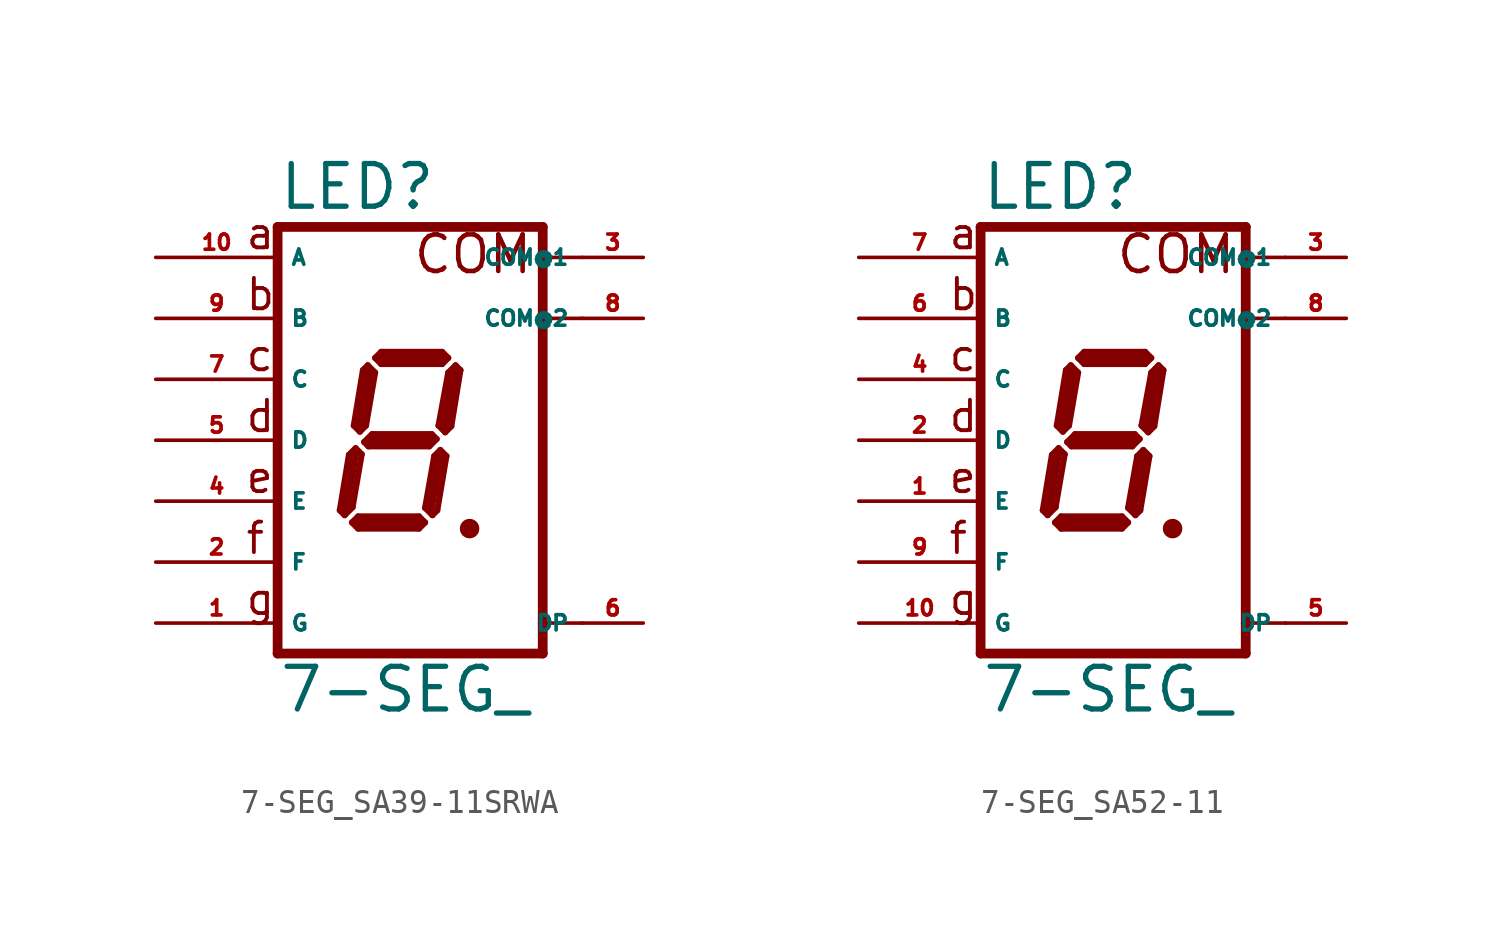
<source format=kicad_sym>
(kicad_symbol_lib
  (version 20220914)
  (generator Eagle2Kicad)
  (symbol "7-SEG_SA39-11SRWA"
    (property "Reference" "LED"
      (at -5.08 9.525 0)
      (effects (font (size 1.778 1.778) (thickness 0.22)) (justify left bottom)))
    (property "Value" "7-SEG_"
      (at -5.08 -11.43 0)
      (effects (font (size 1.778 1.778) (thickness 0.22)) (justify left bottom)))
    (polyline
      (pts (xy 2.794 -3.683) (xy 3.048 -3.683))
      (stroke (width 0.305) (type default))
      (fill (type none)))
    (polyline
      (pts (xy 2.337 3.124) (xy 2.032 2.819))
      (stroke (width 0.254) (type default))
      (fill (type none)))
    (polyline
      (pts (xy 2.032 2.819) (xy 1.626 0.61))
      (stroke (width 0.254) (type default))
      (fill (type none)))
    (polyline
      (pts (xy 1.626 0.61) (xy 1.905 0.33))
      (stroke (width 0.254) (type default))
      (fill (type none)))
    (polyline
      (pts (xy 1.905 0.33) (xy 2.159 0.584))
      (stroke (width 0.254) (type default))
      (fill (type none)))
    (polyline
      (pts (xy 2.159 0.584) (xy 2.54 2.921))
      (stroke (width 0.254) (type default))
      (fill (type none)))
    (polyline
      (pts (xy 2.54 2.921) (xy 2.337 3.124))
      (stroke (width 0.254) (type default))
      (fill (type none)))
    (polyline
      (pts (xy 2.032 3.429) (xy 1.778 3.175))
      (stroke (width 0.254) (type default))
      (fill (type none)))
    (polyline
      (pts (xy 1.778 3.175) (xy -0.762 3.175))
      (stroke (width 0.254) (type default))
      (fill (type none)))
    (polyline
      (pts (xy -0.762 3.175) (xy -1.016 3.429))
      (stroke (width 0.254) (type default))
      (fill (type none)))
    (polyline
      (pts (xy -1.016 3.429) (xy -0.762 3.683))
      (stroke (width 0.254) (type default))
      (fill (type none)))
    (polyline
      (pts (xy -0.762 3.683) (xy 1.778 3.683))
      (stroke (width 0.254) (type default))
      (fill (type none)))
    (polyline
      (pts (xy 1.778 3.683) (xy 2.032 3.429))
      (stroke (width 0.254) (type default))
      (fill (type none)))
    (polyline
      (pts (xy -1.321 3.124) (xy -1.016 2.819))
      (stroke (width 0.254) (type default))
      (fill (type none)))
    (polyline
      (pts (xy -1.016 2.819) (xy -1.397 0.61))
      (stroke (width 0.254) (type default))
      (fill (type none)))
    (polyline
      (pts (xy -1.397 0.61) (xy -1.651 0.356))
      (stroke (width 0.254) (type default))
      (fill (type none)))
    (polyline
      (pts (xy -1.651 0.356) (xy -1.905 0.61))
      (stroke (width 0.254) (type default))
      (fill (type none)))
    (polyline
      (pts (xy -1.905 0.61) (xy -1.524 2.921))
      (stroke (width 0.254) (type default))
      (fill (type none)))
    (polyline
      (pts (xy -1.524 2.921) (xy -1.321 3.124))
      (stroke (width 0.254) (type default))
      (fill (type none)))
    (polyline
      (pts (xy -1.473 -0.076) (xy -1.143 0.254))
      (stroke (width 0.254) (type default))
      (fill (type none)))
    (polyline
      (pts (xy -1.143 0.254) (xy 1.346 0.254))
      (stroke (width 0.254) (type default))
      (fill (type none)))
    (polyline
      (pts (xy 1.346 0.254) (xy 1.549 0.051))
      (stroke (width 0.254) (type default))
      (fill (type none)))
    (polyline
      (pts (xy 1.549 0.051) (xy 1.245 -0.254))
      (stroke (width 0.254) (type default))
      (fill (type none)))
    (polyline
      (pts (xy 1.245 -0.254) (xy -1.295 -0.254))
      (stroke (width 0.254) (type default))
      (fill (type none)))
    (polyline
      (pts (xy -1.295 -0.254) (xy -1.473 -0.076))
      (stroke (width 0.254) (type default))
      (fill (type none)))
    (polyline
      (pts (xy -1.829 -0.33) (xy -1.575 -0.584))
      (stroke (width 0.254) (type default))
      (fill (type none)))
    (polyline
      (pts (xy -2.286 -3.124) (xy -1.956 -2.794))
      (stroke (width 0.254) (type default))
      (fill (type none)))
    (polyline
      (pts (xy -1.956 -2.794) (xy -1.575 -0.584))
      (stroke (width 0.254) (type default))
      (fill (type none)))
    (polyline
      (pts (xy -1.829 -0.33) (xy -2.108 -0.61))
      (stroke (width 0.254) (type default))
      (fill (type none)))
    (polyline
      (pts (xy -2.108 -0.61) (xy -2.489 -2.921))
      (stroke (width 0.254) (type default))
      (fill (type none)))
    (polyline
      (pts (xy -2.489 -2.921) (xy -2.286 -3.124))
      (stroke (width 0.254) (type default))
      (fill (type none)))
    (polyline
      (pts (xy -1.981 -3.429) (xy -1.727 -3.175))
      (stroke (width 0.254) (type default))
      (fill (type none)))
    (polyline
      (pts (xy -1.727 -3.175) (xy 0.813 -3.175))
      (stroke (width 0.254) (type default))
      (fill (type none)))
    (polyline
      (pts (xy 0.813 -3.175) (xy 1.067 -3.429))
      (stroke (width 0.254) (type default))
      (fill (type none)))
    (polyline
      (pts (xy 1.067 -3.429) (xy 0.813 -3.683))
      (stroke (width 0.254) (type default))
      (fill (type none)))
    (polyline
      (pts (xy 0.813 -3.683) (xy -1.727 -3.683))
      (stroke (width 0.254) (type default))
      (fill (type none)))
    (polyline
      (pts (xy -1.727 -3.683) (xy -1.981 -3.429))
      (stroke (width 0.254) (type default))
      (fill (type none)))
    (polyline
      (pts (xy 1.702 -0.406) (xy 1.448 -0.66))
      (stroke (width 0.254) (type default))
      (fill (type none)))
    (polyline
      (pts (xy 1.448 -0.66) (xy 1.067 -2.819))
      (stroke (width 0.254) (type default))
      (fill (type none)))
    (polyline
      (pts (xy 1.067 -2.819) (xy 1.372 -3.124))
      (stroke (width 0.254) (type default))
      (fill (type none)))
    (polyline
      (pts (xy 1.372 -3.124) (xy 1.575 -2.921))
      (stroke (width 0.254) (type default))
      (fill (type none)))
    (polyline
      (pts (xy 1.575 -2.921) (xy 1.956 -0.66))
      (stroke (width 0.254) (type default))
      (fill (type none)))
    (polyline
      (pts (xy 1.956 -0.66) (xy 1.702 -0.406))
      (stroke (width 0.254) (type default))
      (fill (type none)))
    (polyline
      (pts (xy 2.286 2.794) (xy 1.905 0.635))
      (stroke (width 0.406) (type default))
      (fill (type none)))
    (polyline
      (pts (xy 1.778 3.429) (xy -0.762 3.429))
      (stroke (width 0.406) (type default))
      (fill (type none)))
    (polyline
      (pts (xy -1.27 2.794) (xy -1.651 0.635))
      (stroke (width 0.406) (type default))
      (fill (type none)))
    (polyline
      (pts (xy -1.27 0) (xy 1.27 0))
      (stroke (width 0.406) (type default))
      (fill (type none)))
    (polyline
      (pts (xy 1.651 -0.762) (xy 1.27 -2.794))
      (stroke (width 0.406) (type default))
      (fill (type none)))
    (polyline
      (pts (xy 0.762 -3.429) (xy -1.651 -3.429))
      (stroke (width 0.406) (type default))
      (fill (type none)))
    (polyline
      (pts (xy -2.286 -2.921) (xy -1.905 -0.635))
      (stroke (width 0.406) (type default))
      (fill (type none)))
    (polyline
      (pts (xy 5.969 8.89) (xy 5.969 7.62))
      (stroke (width 0.406) (type default))
      (fill (type none)))
    (polyline
      (pts (xy 5.969 7.62) (xy 5.969 5.08))
      (stroke (width 0.406) (type default))
      (fill (type none)))
    (polyline
      (pts (xy 5.969 5.08) (xy 5.969 -7.62))
      (stroke (width 0.406) (type default))
      (fill (type none)))
    (polyline
      (pts (xy 5.969 -7.62) (xy 5.969 -8.89))
      (stroke (width 0.406) (type default))
      (fill (type none)))
    (polyline
      (pts (xy -5.08 -8.89) (xy 5.969 -8.89))
      (stroke (width 0.406) (type default))
      (fill (type none)))
    (polyline
      (pts (xy -5.08 -8.89) (xy -5.08 8.89))
      (stroke (width 0.406) (type default))
      (fill (type none)))
    (polyline
      (pts (xy 5.969 8.89) (xy -5.08 8.89))
      (stroke (width 0.406) (type default))
      (fill (type none)))
    (polyline
      (pts (xy 7.62 7.62) (xy 5.969 7.62))
      (stroke (width 0.152) (type default))
      (fill (type none)))
    (polyline
      (pts (xy 7.62 5.08) (xy 5.969 5.08))
      (stroke (width 0.152) (type default))
      (fill (type none)))
    (polyline
      (pts (xy 7.62 -7.62) (xy 5.969 -7.62))
      (stroke (width 0.152) (type default))
      (fill (type none)))
    (text "a"
      (at -6.477 7.874 0)
      (effects (font (size 1.27 1.27) (thickness 0.16)) (justify left bottom)))
    (text "b"
      (at -6.477 5.334 0)
      (effects (font (size 1.27 1.27) (thickness 0.16)) (justify left bottom)))
    (text "c"
      (at -6.477 2.794 0)
      (effects (font (size 1.27 1.27) (thickness 0.16)) (justify left bottom)))
    (text "d"
      (at -6.477 0.254 0)
      (effects (font (size 1.27 1.27) (thickness 0.16)) (justify left bottom)))
    (text "e"
      (at -6.477 -2.286 0)
      (effects (font (size 1.27 1.27) (thickness 0.16)) (justify left bottom)))
    (text "f"
      (at -6.477 -4.826 0)
      (effects (font (size 1.27 1.27) (thickness 0.16)) (justify left bottom)))
    (text "g"
      (at -6.477 -7.366 0)
      (effects (font (size 1.27 1.27) (thickness 0.16)) (justify left bottom)))
    (text "COM"
      (at 0.508 6.858 0)
      (effects (font (size 1.524 1.524) (thickness 0.19)) (justify left bottom)))
    (circle
      (center 2.921 -3.683)
      (radius 0.254)
      (stroke (width 0.305) (type default))
      (fill (type none)))
    (pin passive line
      (at 10.16 -7.62 180)
      (length 2.54)
      (name "DP" (effects (font (size 0.635 0.635) (thickness 0.08)) (justify left bottom)))
      (number "6" (effects (font (size 0.635 0.635) (thickness 0.08)) (justify left bottom))))
    (pin passive line
      (at -10.16 -5.08 0)
      (length 5.08)
      (name "F" (effects (font (size 0.635 0.635) (thickness 0.08)) (justify left bottom)))
      (number "2" (effects (font (size 0.635 0.635) (thickness 0.08)) (justify left bottom))))
    (pin passive line
      (at -10.16 0 0)
      (length 5.08)
      (name "D" (effects (font (size 0.635 0.635) (thickness 0.08)) (justify left bottom)))
      (number "5" (effects (font (size 0.635 0.635) (thickness 0.08)) (justify left bottom))))
    (pin passive line
      (at -10.16 5.08 0)
      (length 5.08)
      (name "B" (effects (font (size 0.635 0.635) (thickness 0.08)) (justify left bottom)))
      (number "9" (effects (font (size 0.635 0.635) (thickness 0.08)) (justify left bottom))))
    (pin passive line
      (at -10.16 7.62 0)
      (length 5.08)
      (name "A" (effects (font (size 0.635 0.635) (thickness 0.08)) (justify left bottom)))
      (number "10" (effects (font (size 0.635 0.635) (thickness 0.08)) (justify left bottom))))
    (pin passive line
      (at 10.16 7.62 180)
      (length 2.54)
      (name "COM@1" (effects (font (size 0.635 0.635) (thickness 0.08)) (justify left bottom)))
      (number "3" (effects (font (size 0.635 0.635) (thickness 0.08)) (justify left bottom))))
    (pin passive line
      (at -10.16 2.54 0)
      (length 5.08)
      (name "C" (effects (font (size 0.635 0.635) (thickness 0.08)) (justify left bottom)))
      (number "7" (effects (font (size 0.635 0.635) (thickness 0.08)) (justify left bottom))))
    (pin passive line
      (at -10.16 -2.54 0)
      (length 5.08)
      (name "E" (effects (font (size 0.635 0.635) (thickness 0.08)) (justify left bottom)))
      (number "4" (effects (font (size 0.635 0.635) (thickness 0.08)) (justify left bottom))))
    (pin passive line
      (at -10.16 -7.62 0)
      (length 5.08)
      (name "G" (effects (font (size 0.635 0.635) (thickness 0.08)) (justify left bottom)))
      (number "1" (effects (font (size 0.635 0.635) (thickness 0.08)) (justify left bottom))))
    (pin passive line
      (at 10.16 5.08 180)
      (length 2.54)
      (name "COM@2" (effects (font (size 0.635 0.635) (thickness 0.08)) (justify left bottom)))
      (number "8" (effects (font (size 0.635 0.635) (thickness 0.08)) (justify left bottom)))))
  (symbol "7-SEG_SA52-11"
    (property "Reference" "LED"
      (at -5.08 9.525 0)
      (effects (font (size 1.778 1.778) (thickness 0.22)) (justify left bottom)))
    (property "Value" "7-SEG_"
      (at -5.08 -11.43 0)
      (effects (font (size 1.778 1.778) (thickness 0.22)) (justify left bottom)))
    (polyline
      (pts (xy 2.794 -3.683) (xy 3.048 -3.683))
      (stroke (width 0.305) (type default))
      (fill (type none)))
    (polyline
      (pts (xy 2.337 3.124) (xy 2.032 2.819))
      (stroke (width 0.254) (type default))
      (fill (type none)))
    (polyline
      (pts (xy 2.032 2.819) (xy 1.626 0.61))
      (stroke (width 0.254) (type default))
      (fill (type none)))
    (polyline
      (pts (xy 1.626 0.61) (xy 1.905 0.33))
      (stroke (width 0.254) (type default))
      (fill (type none)))
    (polyline
      (pts (xy 1.905 0.33) (xy 2.159 0.584))
      (stroke (width 0.254) (type default))
      (fill (type none)))
    (polyline
      (pts (xy 2.159 0.584) (xy 2.54 2.921))
      (stroke (width 0.254) (type default))
      (fill (type none)))
    (polyline
      (pts (xy 2.54 2.921) (xy 2.337 3.124))
      (stroke (width 0.254) (type default))
      (fill (type none)))
    (polyline
      (pts (xy 2.032 3.429) (xy 1.778 3.175))
      (stroke (width 0.254) (type default))
      (fill (type none)))
    (polyline
      (pts (xy 1.778 3.175) (xy -0.762 3.175))
      (stroke (width 0.254) (type default))
      (fill (type none)))
    (polyline
      (pts (xy -0.762 3.175) (xy -1.016 3.429))
      (stroke (width 0.254) (type default))
      (fill (type none)))
    (polyline
      (pts (xy -1.016 3.429) (xy -0.762 3.683))
      (stroke (width 0.254) (type default))
      (fill (type none)))
    (polyline
      (pts (xy -0.762 3.683) (xy 1.778 3.683))
      (stroke (width 0.254) (type default))
      (fill (type none)))
    (polyline
      (pts (xy 1.778 3.683) (xy 2.032 3.429))
      (stroke (width 0.254) (type default))
      (fill (type none)))
    (polyline
      (pts (xy -1.321 3.124) (xy -1.016 2.819))
      (stroke (width 0.254) (type default))
      (fill (type none)))
    (polyline
      (pts (xy -1.016 2.819) (xy -1.397 0.61))
      (stroke (width 0.254) (type default))
      (fill (type none)))
    (polyline
      (pts (xy -1.397 0.61) (xy -1.651 0.356))
      (stroke (width 0.254) (type default))
      (fill (type none)))
    (polyline
      (pts (xy -1.651 0.356) (xy -1.905 0.61))
      (stroke (width 0.254) (type default))
      (fill (type none)))
    (polyline
      (pts (xy -1.905 0.61) (xy -1.524 2.921))
      (stroke (width 0.254) (type default))
      (fill (type none)))
    (polyline
      (pts (xy -1.524 2.921) (xy -1.321 3.124))
      (stroke (width 0.254) (type default))
      (fill (type none)))
    (polyline
      (pts (xy -1.473 -0.076) (xy -1.143 0.254))
      (stroke (width 0.254) (type default))
      (fill (type none)))
    (polyline
      (pts (xy -1.143 0.254) (xy 1.346 0.254))
      (stroke (width 0.254) (type default))
      (fill (type none)))
    (polyline
      (pts (xy 1.346 0.254) (xy 1.549 0.051))
      (stroke (width 0.254) (type default))
      (fill (type none)))
    (polyline
      (pts (xy 1.549 0.051) (xy 1.245 -0.254))
      (stroke (width 0.254) (type default))
      (fill (type none)))
    (polyline
      (pts (xy 1.245 -0.254) (xy -1.295 -0.254))
      (stroke (width 0.254) (type default))
      (fill (type none)))
    (polyline
      (pts (xy -1.295 -0.254) (xy -1.473 -0.076))
      (stroke (width 0.254) (type default))
      (fill (type none)))
    (polyline
      (pts (xy -1.829 -0.33) (xy -1.575 -0.584))
      (stroke (width 0.254) (type default))
      (fill (type none)))
    (polyline
      (pts (xy -2.286 -3.124) (xy -1.956 -2.794))
      (stroke (width 0.254) (type default))
      (fill (type none)))
    (polyline
      (pts (xy -1.956 -2.794) (xy -1.575 -0.584))
      (stroke (width 0.254) (type default))
      (fill (type none)))
    (polyline
      (pts (xy -1.829 -0.33) (xy -2.108 -0.61))
      (stroke (width 0.254) (type default))
      (fill (type none)))
    (polyline
      (pts (xy -2.108 -0.61) (xy -2.489 -2.921))
      (stroke (width 0.254) (type default))
      (fill (type none)))
    (polyline
      (pts (xy -2.489 -2.921) (xy -2.286 -3.124))
      (stroke (width 0.254) (type default))
      (fill (type none)))
    (polyline
      (pts (xy -1.981 -3.429) (xy -1.727 -3.175))
      (stroke (width 0.254) (type default))
      (fill (type none)))
    (polyline
      (pts (xy -1.727 -3.175) (xy 0.813 -3.175))
      (stroke (width 0.254) (type default))
      (fill (type none)))
    (polyline
      (pts (xy 0.813 -3.175) (xy 1.067 -3.429))
      (stroke (width 0.254) (type default))
      (fill (type none)))
    (polyline
      (pts (xy 1.067 -3.429) (xy 0.813 -3.683))
      (stroke (width 0.254) (type default))
      (fill (type none)))
    (polyline
      (pts (xy 0.813 -3.683) (xy -1.727 -3.683))
      (stroke (width 0.254) (type default))
      (fill (type none)))
    (polyline
      (pts (xy -1.727 -3.683) (xy -1.981 -3.429))
      (stroke (width 0.254) (type default))
      (fill (type none)))
    (polyline
      (pts (xy 1.702 -0.406) (xy 1.448 -0.66))
      (stroke (width 0.254) (type default))
      (fill (type none)))
    (polyline
      (pts (xy 1.448 -0.66) (xy 1.067 -2.819))
      (stroke (width 0.254) (type default))
      (fill (type none)))
    (polyline
      (pts (xy 1.067 -2.819) (xy 1.372 -3.124))
      (stroke (width 0.254) (type default))
      (fill (type none)))
    (polyline
      (pts (xy 1.372 -3.124) (xy 1.575 -2.921))
      (stroke (width 0.254) (type default))
      (fill (type none)))
    (polyline
      (pts (xy 1.575 -2.921) (xy 1.956 -0.66))
      (stroke (width 0.254) (type default))
      (fill (type none)))
    (polyline
      (pts (xy 1.956 -0.66) (xy 1.702 -0.406))
      (stroke (width 0.254) (type default))
      (fill (type none)))
    (polyline
      (pts (xy 2.286 2.794) (xy 1.905 0.635))
      (stroke (width 0.406) (type default))
      (fill (type none)))
    (polyline
      (pts (xy 1.778 3.429) (xy -0.762 3.429))
      (stroke (width 0.406) (type default))
      (fill (type none)))
    (polyline
      (pts (xy -1.27 2.794) (xy -1.651 0.635))
      (stroke (width 0.406) (type default))
      (fill (type none)))
    (polyline
      (pts (xy -1.27 0) (xy 1.27 0))
      (stroke (width 0.406) (type default))
      (fill (type none)))
    (polyline
      (pts (xy 1.651 -0.762) (xy 1.27 -2.794))
      (stroke (width 0.406) (type default))
      (fill (type none)))
    (polyline
      (pts (xy 0.762 -3.429) (xy -1.651 -3.429))
      (stroke (width 0.406) (type default))
      (fill (type none)))
    (polyline
      (pts (xy -2.286 -2.921) (xy -1.905 -0.635))
      (stroke (width 0.406) (type default))
      (fill (type none)))
    (polyline
      (pts (xy 5.969 8.89) (xy 5.969 7.62))
      (stroke (width 0.406) (type default))
      (fill (type none)))
    (polyline
      (pts (xy 5.969 7.62) (xy 5.969 5.08))
      (stroke (width 0.406) (type default))
      (fill (type none)))
    (polyline
      (pts (xy 5.969 5.08) (xy 5.969 -7.62))
      (stroke (width 0.406) (type default))
      (fill (type none)))
    (polyline
      (pts (xy 5.969 -7.62) (xy 5.969 -8.89))
      (stroke (width 0.406) (type default))
      (fill (type none)))
    (polyline
      (pts (xy -5.08 -8.89) (xy 5.969 -8.89))
      (stroke (width 0.406) (type default))
      (fill (type none)))
    (polyline
      (pts (xy -5.08 -8.89) (xy -5.08 8.89))
      (stroke (width 0.406) (type default))
      (fill (type none)))
    (polyline
      (pts (xy 5.969 8.89) (xy -5.08 8.89))
      (stroke (width 0.406) (type default))
      (fill (type none)))
    (polyline
      (pts (xy 7.62 7.62) (xy 5.969 7.62))
      (stroke (width 0.152) (type default))
      (fill (type none)))
    (polyline
      (pts (xy 7.62 5.08) (xy 5.969 5.08))
      (stroke (width 0.152) (type default))
      (fill (type none)))
    (polyline
      (pts (xy 7.62 -7.62) (xy 5.969 -7.62))
      (stroke (width 0.152) (type default))
      (fill (type none)))
    (text "a"
      (at -6.477 7.874 0)
      (effects (font (size 1.27 1.27) (thickness 0.16)) (justify left bottom)))
    (text "b"
      (at -6.477 5.334 0)
      (effects (font (size 1.27 1.27) (thickness 0.16)) (justify left bottom)))
    (text "c"
      (at -6.477 2.794 0)
      (effects (font (size 1.27 1.27) (thickness 0.16)) (justify left bottom)))
    (text "d"
      (at -6.477 0.254 0)
      (effects (font (size 1.27 1.27) (thickness 0.16)) (justify left bottom)))
    (text "e"
      (at -6.477 -2.286 0)
      (effects (font (size 1.27 1.27) (thickness 0.16)) (justify left bottom)))
    (text "f"
      (at -6.477 -4.826 0)
      (effects (font (size 1.27 1.27) (thickness 0.16)) (justify left bottom)))
    (text "g"
      (at -6.477 -7.366 0)
      (effects (font (size 1.27 1.27) (thickness 0.16)) (justify left bottom)))
    (text "COM"
      (at 0.508 6.858 0)
      (effects (font (size 1.524 1.524) (thickness 0.19)) (justify left bottom)))
    (circle
      (center 2.921 -3.683)
      (radius 0.254)
      (stroke (width 0.305) (type default))
      (fill (type none)))
    (pin passive line
      (at 10.16 -7.62 180)
      (length 2.54)
      (name "DP" (effects (font (size 0.635 0.635) (thickness 0.08)) (justify left bottom)))
      (number "5" (effects (font (size 0.635 0.635) (thickness 0.08)) (justify left bottom))))
    (pin passive line
      (at -10.16 -5.08 0)
      (length 5.08)
      (name "F" (effects (font (size 0.635 0.635) (thickness 0.08)) (justify left bottom)))
      (number "9" (effects (font (size 0.635 0.635) (thickness 0.08)) (justify left bottom))))
    (pin passive line
      (at -10.16 0 0)
      (length 5.08)
      (name "D" (effects (font (size 0.635 0.635) (thickness 0.08)) (justify left bottom)))
      (number "2" (effects (font (size 0.635 0.635) (thickness 0.08)) (justify left bottom))))
    (pin passive line
      (at -10.16 5.08 0)
      (length 5.08)
      (name "B" (effects (font (size 0.635 0.635) (thickness 0.08)) (justify left bottom)))
      (number "6" (effects (font (size 0.635 0.635) (thickness 0.08)) (justify left bottom))))
    (pin passive line
      (at -10.16 7.62 0)
      (length 5.08)
      (name "A" (effects (font (size 0.635 0.635) (thickness 0.08)) (justify left bottom)))
      (number "7" (effects (font (size 0.635 0.635) (thickness 0.08)) (justify left bottom))))
    (pin passive line
      (at 10.16 7.62 180)
      (length 2.54)
      (name "COM@1" (effects (font (size 0.635 0.635) (thickness 0.08)) (justify left bottom)))
      (number "3" (effects (font (size 0.635 0.635) (thickness 0.08)) (justify left bottom))))
    (pin passive line
      (at -10.16 2.54 0)
      (length 5.08)
      (name "C" (effects (font (size 0.635 0.635) (thickness 0.08)) (justify left bottom)))
      (number "4" (effects (font (size 0.635 0.635) (thickness 0.08)) (justify left bottom))))
    (pin passive line
      (at -10.16 -2.54 0)
      (length 5.08)
      (name "E" (effects (font (size 0.635 0.635) (thickness 0.08)) (justify left bottom)))
      (number "1" (effects (font (size 0.635 0.635) (thickness 0.08)) (justify left bottom))))
    (pin passive line
      (at -10.16 -7.62 0)
      (length 5.08)
      (name "G" (effects (font (size 0.635 0.635) (thickness 0.08)) (justify left bottom)))
      (number "10" (effects (font (size 0.635 0.635) (thickness 0.08)) (justify left bottom))))
    (pin passive line
      (at 10.16 5.08 180)
      (length 2.54)
      (name "COM@2" (effects (font (size 0.635 0.635) (thickness 0.08)) (justify left bottom)))
      (number "8" (effects (font (size 0.635 0.635) (thickness 0.08)) (justify left bottom))))))
</source>
